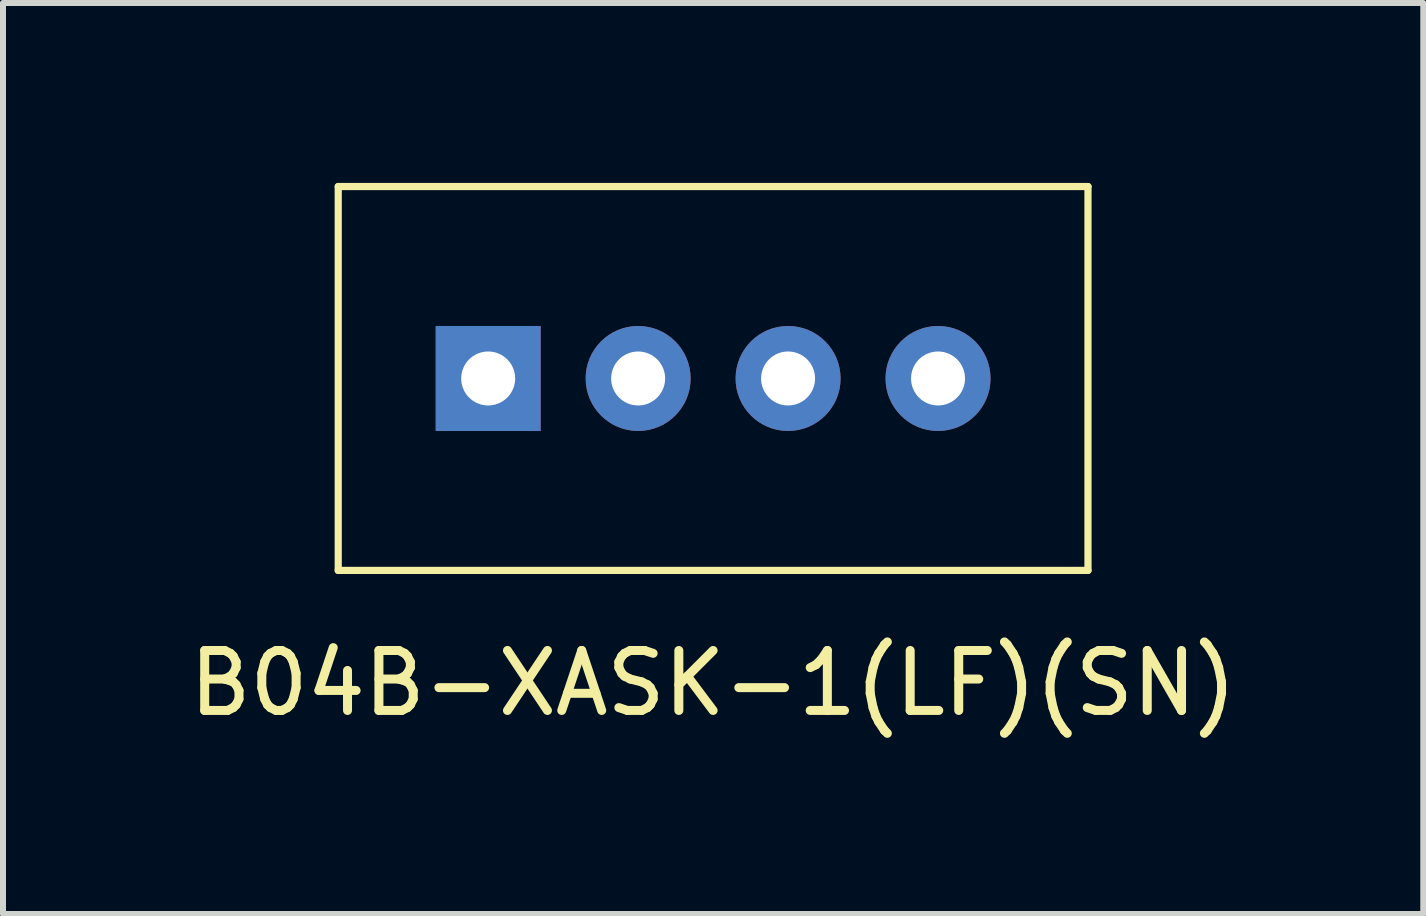
<source format=kicad_pcb>
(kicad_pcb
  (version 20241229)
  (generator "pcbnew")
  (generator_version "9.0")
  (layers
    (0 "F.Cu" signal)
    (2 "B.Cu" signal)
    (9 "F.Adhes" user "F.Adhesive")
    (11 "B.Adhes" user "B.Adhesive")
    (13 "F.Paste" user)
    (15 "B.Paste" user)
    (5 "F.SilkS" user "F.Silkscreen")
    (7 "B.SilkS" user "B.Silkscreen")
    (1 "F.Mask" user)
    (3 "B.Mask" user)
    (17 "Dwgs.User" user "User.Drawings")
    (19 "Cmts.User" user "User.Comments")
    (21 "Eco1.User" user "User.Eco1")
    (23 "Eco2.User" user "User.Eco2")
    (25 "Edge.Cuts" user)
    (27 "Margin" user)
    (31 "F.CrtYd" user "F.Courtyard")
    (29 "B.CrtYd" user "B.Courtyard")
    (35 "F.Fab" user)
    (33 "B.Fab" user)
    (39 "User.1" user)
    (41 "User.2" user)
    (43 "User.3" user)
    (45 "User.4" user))
  (footprint "B04B-XASK-1(LF)(SN)"
    (layer "F.Cu")
    (at 8.839 3.26)
    (property "Reference" "B04B-XASK-1(LF)(SN)" (at 0 5.08 0) (layer "F.SilkS") (effects (font (size 1 1) (thickness 0.15))))
    (attr through_hole)
    (fp_line (start -6.25 -3.2) (end 6.25 -3.2) (stroke (width 0.12) (type solid)) (layer "F.SilkS"))
    (fp_line (start -6.25 3.2) (end -6.25 -3.2) (stroke (width 0.12) (type solid)) (layer "F.SilkS"))
    (fp_line (start -6.25 3.2) (end 6.25 3.2) (stroke (width 0.12) (type solid)) (layer "F.SilkS"))
    (fp_line (start 6.25 -3.2) (end 6.25 3.2) (stroke (width 0.12) (type solid)) (layer "F.SilkS"))
    (pad "1" thru_hole rect (at -3.75 0) (size 1.75 1.75) (drill 0.9) (layers "*.Cu" "*.Mask"))
    (pad "2" thru_hole circle (at -1.25 0) (size 1.75 1.75) (drill 0.9) (layers "*.Cu" "*.Mask"))
    (pad "3" thru_hole circle (at 1.25 0) (size 1.75 1.75) (drill 0.9) (layers "*.Cu" "*.Mask"))
    (pad "4" thru_hole circle (at 3.75 0) (size 1.75 1.75) (drill 0.9) (layers "*.Cu" "*.Mask")))
  (gr_rect
    (start -3 -3)
    (end 20.679 12.188)
    (stroke (width 0.1) (type default))
    (fill no)
    (layer "Edge.Cuts")))
</source>
